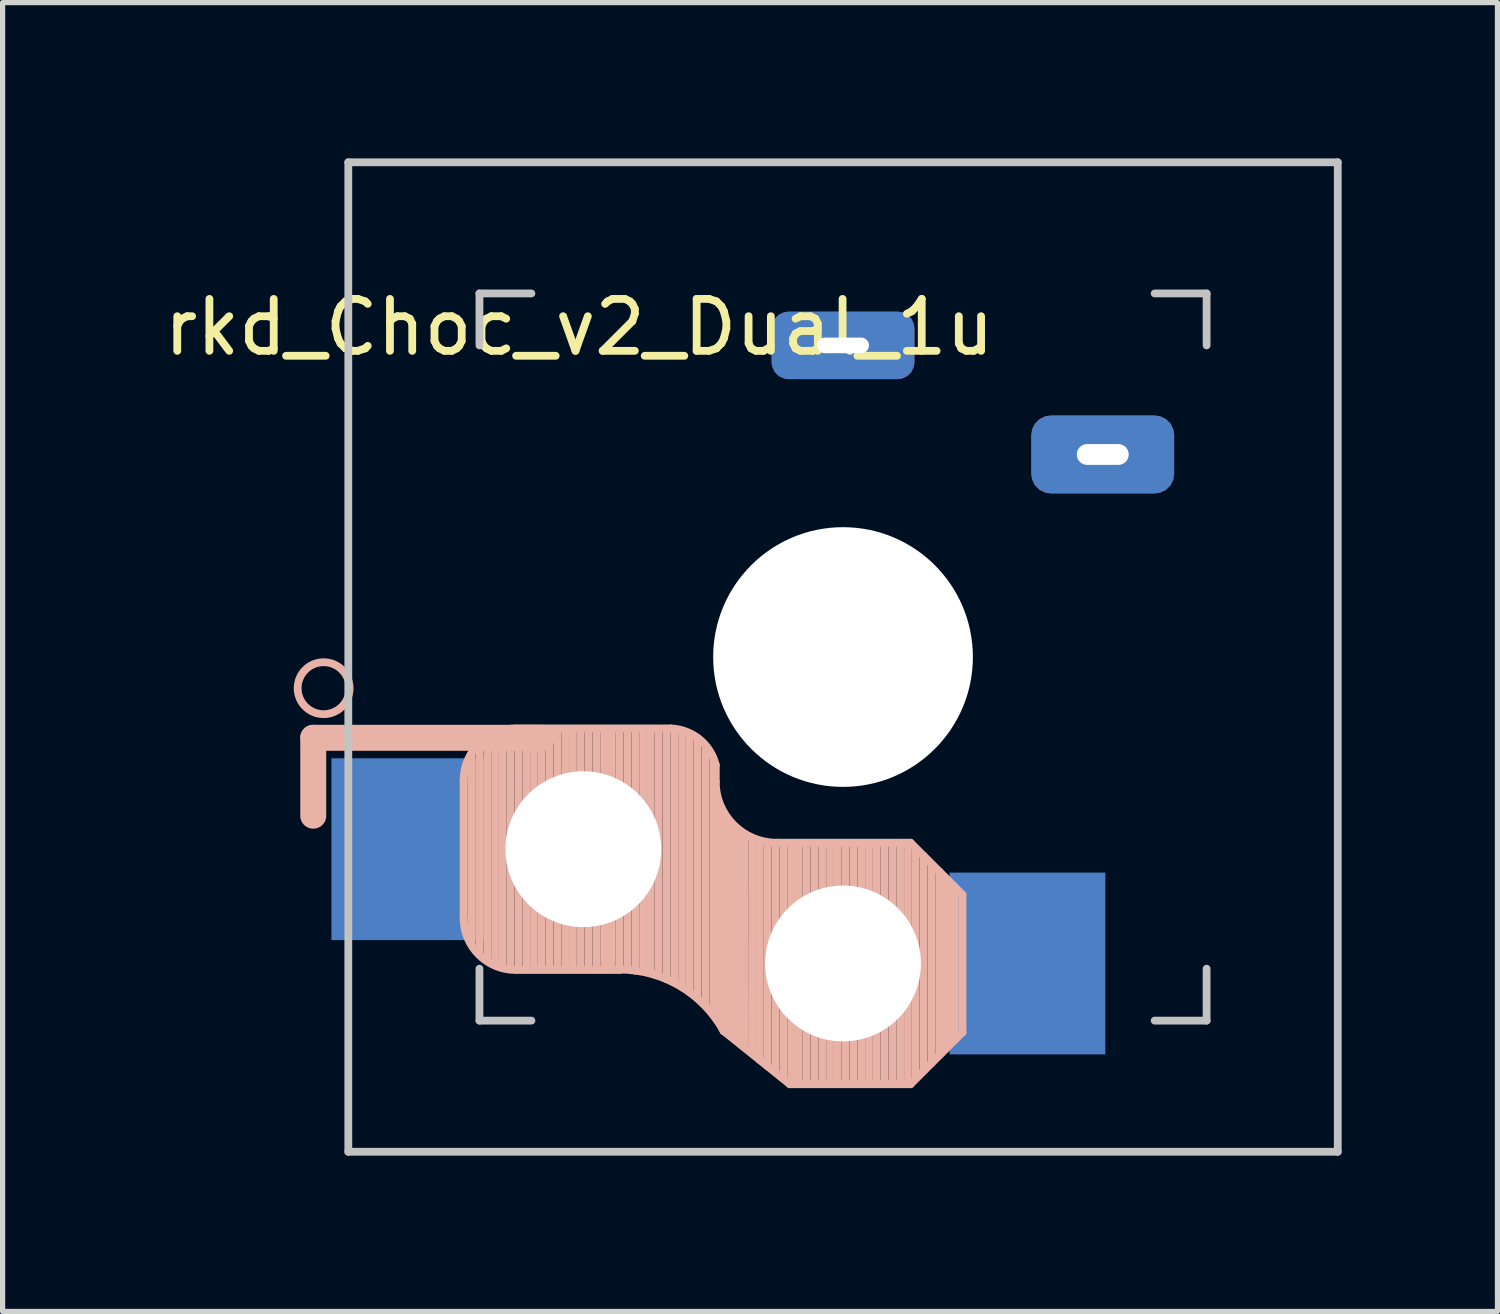
<source format=kicad_pcb>
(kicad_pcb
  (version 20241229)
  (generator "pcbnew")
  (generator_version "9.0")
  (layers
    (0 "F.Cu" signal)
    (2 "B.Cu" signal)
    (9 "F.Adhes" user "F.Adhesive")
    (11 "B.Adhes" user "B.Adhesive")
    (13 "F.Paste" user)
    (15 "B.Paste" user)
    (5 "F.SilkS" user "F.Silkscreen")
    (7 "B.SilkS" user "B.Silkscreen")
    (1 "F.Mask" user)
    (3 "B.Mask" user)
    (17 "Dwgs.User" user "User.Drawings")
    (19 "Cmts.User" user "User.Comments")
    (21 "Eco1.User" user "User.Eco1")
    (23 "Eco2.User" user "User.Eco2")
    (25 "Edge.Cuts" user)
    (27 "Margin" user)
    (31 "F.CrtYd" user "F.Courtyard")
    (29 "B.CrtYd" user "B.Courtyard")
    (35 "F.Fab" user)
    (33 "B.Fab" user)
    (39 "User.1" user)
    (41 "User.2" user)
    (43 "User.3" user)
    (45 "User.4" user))
  (footprint "rkd_Choc_v2_Dual_1u"
    (layer "F.Cu")
    (at 13.181 9.6)
    (property "Reference" "rkd_Choc_v2_Dual_1u" (at -5.08 -6.35 180) (layer "F.SilkS") (effects (font (size 1 1) (thickness 0.15))))
    (attr through_hole)
    (fp_line (start -10.2 1.555) (end -10.2 3.055) (stroke (width 0.5) (type default)) (layer "B.SilkS"))
    (fp_line (start -7.305 2.375) (end -7.305 5.025) (stroke (width 0.15) (type solid)) (layer "B.SilkS"))
    (fp_line (start -7.15 5.53) (end -7.15 1.85) (stroke (width 0.15) (type solid)) (layer "B.SilkS"))
    (fp_line (start -7 5.7) (end -7 1.73) (stroke (width 0.15) (type solid)) (layer "B.SilkS"))
    (fp_line (start -6.85 5.84) (end -6.85 1.7) (stroke (width 0.15) (type solid)) (layer "B.SilkS"))
    (fp_line (start -6.7 5.92) (end -6.7 1.8) (stroke (width 0.15) (type solid)) (layer "B.SilkS"))
    (fp_line (start -6.55 5.97) (end -6.55 1.65) (stroke (width 0.15) (type solid)) (layer "B.SilkS"))
    (fp_line (start -6.4 6.01) (end -6.4 1.5) (stroke (width 0.15) (type solid)) (layer "B.SilkS"))
    (fp_line (start -6.25 6) (end -6.25 1.4) (stroke (width 0.15) (type solid)) (layer "B.SilkS"))
    (fp_line (start -6.1 6) (end -6.1 1.4) (stroke (width 0.15) (type solid)) (layer "B.SilkS"))
    (fp_line (start -5.95 6) (end -5.95 1.4) (stroke (width 0.15) (type solid)) (layer "B.SilkS"))
    (fp_line (start -5.8 1.555) (end -10.2 1.555) (stroke (width 0.5) (type default)) (layer "B.SilkS"))
    (fp_line (start -5.8 6) (end -5.8 1.4) (stroke (width 0.15) (type solid)) (layer "B.SilkS"))
    (fp_line (start -5.65 6) (end -5.65 1.4) (stroke (width 0.15) (type solid)) (layer "B.SilkS"))
    (fp_line (start -5.5 6) (end -5.5 1.4) (stroke (width 0.15) (type solid)) (layer "B.SilkS"))
    (fp_line (start -5.35 6) (end -5.35 1.4) (stroke (width 0.15) (type solid)) (layer "B.SilkS"))
    (fp_line (start -5.2 6) (end -5.2 1.4) (stroke (width 0.15) (type solid)) (layer "B.SilkS"))
    (fp_line (start -5.05 6) (end -5.05 1.4) (stroke (width 0.15) (type solid)) (layer "B.SilkS"))
    (fp_line (start -4.9 6) (end -4.9 1.4) (stroke (width 0.15) (type solid)) (layer "B.SilkS"))
    (fp_line (start -4.75 6) (end -4.75 1.4) (stroke (width 0.15) (type solid)) (layer "B.SilkS"))
    (fp_line (start -4.6 6) (end -4.6 1.4) (stroke (width 0.15) (type solid)) (layer "B.SilkS"))
    (fp_line (start -4.45 6) (end -4.45 1.4) (stroke (width 0.15) (type solid)) (layer "B.SilkS"))
    (fp_line (start -4.3 6) (end -4.3 1.4) (stroke (width 0.15) (type solid)) (layer "B.SilkS"))
    (fp_line (start -4.3 6.025) (end -6.275 6.025) (stroke (width 0.15) (type solid)) (layer "B.SilkS"))
    (fp_line (start -4.15 6) (end -4.15 1.45) (stroke (width 0.15) (type solid)) (layer "B.SilkS"))
    (fp_line (start -4 6.04) (end -4 1.4) (stroke (width 0.15) (type solid)) (layer "B.SilkS"))
    (fp_line (start -3.85 6.05) (end -3.85 1.4) (stroke (width 0.15) (type solid)) (layer "B.SilkS"))
    (fp_line (start -3.7 6.05) (end -3.7 1.45) (stroke (width 0.15) (type solid)) (layer "B.SilkS"))
    (fp_line (start -3.55 6.1) (end -3.55 1.39) (stroke (width 0.15) (type solid)) (layer "B.SilkS"))
    (fp_line (start -3.4 6.2) (end -3.4 1.38) (stroke (width 0.15) (type solid)) (layer "B.SilkS"))
    (fp_line (start -3.311 1.375) (end -6.275 1.375) (stroke (width 0.15) (type solid)) (layer "B.SilkS"))
    (fp_line (start -3.25 6.25) (end -3.25 1.4) (stroke (width 0.15) (type solid)) (layer "B.SilkS"))
    (fp_line (start -3.1 6.35) (end -3.1 1.43) (stroke (width 0.15) (type solid)) (layer "B.SilkS"))
    (fp_line (start -2.95 6.45) (end -2.95 1.48) (stroke (width 0.15) (type solid)) (layer "B.SilkS"))
    (fp_line (start -2.8 6.55) (end -2.8 1.56) (stroke (width 0.15) (type solid)) (layer "B.SilkS"))
    (fp_line (start -2.65 6.7) (end -2.65 1.75) (stroke (width 0.15) (type solid)) (layer "B.SilkS"))
    (fp_line (start -2.5 6.85) (end -2.5 1.95) (stroke (width 0.15) (type solid)) (layer "B.SilkS"))
    (fp_line (start -2.45 2.4) (end -2.45 2.077) (stroke (width 0.15) (type default)) (layer "B.SilkS"))
    (fp_line (start -2.4 7.02) (end -2.4 2.9) (stroke (width 0.15) (type solid)) (layer "B.SilkS"))
    (fp_line (start -2.3 7.2) (end -2.3 3.05) (stroke (width 0.15) (type solid)) (layer "B.SilkS"))
    (fp_line (start -2.3 7.2) (end -1.025 8.225) (stroke (width 0.15) (type solid)) (layer "B.SilkS"))
    (fp_line (start -2.2 7.27) (end -2.2 3.25) (stroke (width 0.15) (type solid)) (layer "B.SilkS"))
    (fp_line (start -2.1 7.35) (end -2.1 3.35) (stroke (width 0.15) (type solid)) (layer "B.SilkS"))
    (fp_line (start -2 7.43) (end -2 3.4) (stroke (width 0.15) (type solid)) (layer "B.SilkS"))
    (fp_line (start -1.89 7.52) (end -1.9 3.45) (stroke (width 0.15) (type solid)) (layer "B.SilkS"))
    (fp_line (start -1.75 7.62) (end -1.75 3.5) (stroke (width 0.15) (type solid)) (layer "B.SilkS"))
    (fp_line (start -1.6 7.76) (end -1.6 3.6) (stroke (width 0.15) (type solid)) (layer "B.SilkS"))
    (fp_line (start -1.45 7.88) (end -1.45 3.6) (stroke (width 0.15) (type solid)) (layer "B.SilkS"))
    (fp_line (start -1.3 7.99) (end -1.3 3.6) (stroke (width 0.15) (type solid)) (layer "B.SilkS"))
    (fp_line (start -1.15 8.11) (end -1.15 3.65) (stroke (width 0.15) (type solid)) (layer "B.SilkS"))
    (fp_line (start -1 8.2) (end -1 3.6) (stroke (width 0.15) (type solid)) (layer "B.SilkS"))
    (fp_line (start -0.85 8.2) (end -0.85 3.6) (stroke (width 0.15) (type solid)) (layer "B.SilkS"))
    (fp_line (start -0.7 8.2) (end -0.7 3.6) (stroke (width 0.15) (type solid)) (layer "B.SilkS"))
    (fp_line (start -0.55 8.2) (end -0.55 3.6) (stroke (width 0.15) (type solid)) (layer "B.SilkS"))
    (fp_line (start -0.4 8.2) (end -0.4 3.6) (stroke (width 0.15) (type solid)) (layer "B.SilkS"))
    (fp_line (start -0.25 8.2) (end -0.25 3.6) (stroke (width 0.15) (type solid)) (layer "B.SilkS"))
    (fp_line (start -0.1 8.2) (end -0.1 3.6) (stroke (width 0.15) (type solid)) (layer "B.SilkS"))
    (fp_line (start 0.05 8.2) (end 0.05 3.6) (stroke (width 0.15) (type solid)) (layer "B.SilkS"))
    (fp_line (start 0.2 8.2) (end 0.2 3.6) (stroke (width 0.15) (type solid)) (layer "B.SilkS"))
    (fp_line (start 0.35 8.2) (end 0.35 3.6) (stroke (width 0.15) (type solid)) (layer "B.SilkS"))
    (fp_line (start 0.5 8.2) (end 0.5 3.6) (stroke (width 0.15) (type solid)) (layer "B.SilkS"))
    (fp_line (start 0.65 8.2) (end 0.65 3.6) (stroke (width 0.15) (type solid)) (layer "B.SilkS"))
    (fp_line (start 0.8 8.2) (end 0.8 3.6) (stroke (width 0.15) (type solid)) (layer "B.SilkS"))
    (fp_line (start 0.95 8.2) (end 0.95 3.6) (stroke (width 0.15) (type solid)) (layer "B.SilkS"))
    (fp_line (start 1.1 8.2) (end 1.1 3.6) (stroke (width 0.15) (type solid)) (layer "B.SilkS"))
    (fp_line (start 1.25 8.2) (end 1.25 3.6) (stroke (width 0.15) (type solid)) (layer "B.SilkS"))
    (fp_line (start 1.3 3.575) (end -1.275 3.575) (stroke (width 0.15) (type solid)) (layer "B.SilkS"))
    (fp_line (start 1.3 8.225) (end -1.025 8.225) (stroke (width 0.15) (type solid)) (layer "B.SilkS"))
    (fp_line (start 1.4 8.09) (end 1.4 3.7) (stroke (width 0.15) (type solid)) (layer "B.SilkS"))
    (fp_line (start 1.55 7.95) (end 1.55 3.83) (stroke (width 0.15) (type solid)) (layer "B.SilkS"))
    (fp_line (start 1.7 7.82) (end 1.7 3.99) (stroke (width 0.15) (type solid)) (layer "B.SilkS"))
    (fp_line (start 1.85 7.66) (end 1.85 4.13) (stroke (width 0.15) (type solid)) (layer "B.SilkS"))
    (fp_line (start 1.95 7.56) (end 1.95 4.23) (stroke (width 0.15) (type solid)) (layer "B.SilkS"))
    (fp_line (start 2.05 7.45) (end 2.05 4.33) (stroke (width 0.15) (type solid)) (layer "B.SilkS"))
    (fp_line (start 2.15 7.37) (end 2.15 4.44) (stroke (width 0.15) (type solid)) (layer "B.SilkS"))
    (fp_line (start 2.3 4.575) (end 1.3 3.575) (stroke (width 0.15) (type solid)) (layer "B.SilkS"))
    (fp_line (start 2.3 4.575) (end 2.3 7.225) (stroke (width 0.15) (type solid)) (layer "B.SilkS"))
    (fp_line (start 2.3 7.225) (end 1.3 8.225) (stroke (width 0.15) (type solid)) (layer "B.SilkS"))
    (fp_arc (start -7.305 2.375) (mid -7.012107 1.667893) (end -6.305 1.375) (stroke (width 0.15) (type solid)) (layer "B.SilkS"))
    (fp_arc (start -6.305 6.025) (mid -7.012107 5.732107) (end -7.305 5.025) (stroke (width 0.15) (type solid)) (layer "B.SilkS"))
    (fp_arc (start -4.3 6.017458) (mid -3.138277 6.335211) (end -2.3 7.2) (stroke (width 0.15) (type solid)) (layer "B.SilkS"))
    (fp_arc (start -3.311204 1.375) (mid -2.763915 1.58277) (end -2.45 2.076887) (stroke (width 0.15) (type solid)) (layer "B.SilkS"))
    (fp_arc (start -1.275 3.575) (mid -2.10585 3.23085) (end -2.45 2.4) (stroke (width 0.15) (type solid)) (layer "B.SilkS"))
    (fp_circle (center -10 0.6) (end -9.5 0.6) (stroke (width 0.15) (type default)) (fill no) (layer "B.SilkS"))
    (fp_line (start -9.525 -9.525) (end 9.525 -9.525) (stroke (width 0.15) (type solid)) (layer "Dwgs.User"))
    (fp_line (start -9.525 9.525) (end -9.525 -9.525) (stroke (width 0.15) (type solid)) (layer "Dwgs.User"))
    (fp_line (start -7 -7) (end -6 -7) (stroke (width 0.15) (type solid)) (layer "Dwgs.User"))
    (fp_line (start -7 -6) (end -7 -7) (stroke (width 0.15) (type solid)) (layer "Dwgs.User"))
    (fp_line (start -7 7) (end -7 6) (stroke (width 0.15) (type solid)) (layer "Dwgs.User"))
    (fp_line (start -6 7) (end -7 7) (stroke (width 0.15) (type solid)) (layer "Dwgs.User"))
    (fp_line (start 6 7) (end 7 7) (stroke (width 0.15) (type solid)) (layer "Dwgs.User"))
    (fp_line (start 7 -7) (end 6 -7) (stroke (width 0.15) (type solid)) (layer "Dwgs.User"))
    (fp_line (start 7 -6) (end 7 -7) (stroke (width 0.15) (type solid)) (layer "Dwgs.User"))
    (fp_line (start 7 7) (end 7 6) (stroke (width 0.15) (type solid)) (layer "Dwgs.User"))
    (fp_line (start 9.525 -9.525) (end 9.525 9.525) (stroke (width 0.15) (type solid)) (layer "Dwgs.User"))
    (fp_line (start 9.525 9.525) (end -9.525 9.525) (stroke (width 0.15) (type solid)) (layer "Dwgs.User"))
    (pad "" np_thru_hole circle (at -5 3.7 90) (size 3 3) (drill 3) (layers "*.Cu" "*.Mask"))
    (pad "" np_thru_hole circle (at 0 0 90) (size 5 5) (drill 5) (layers "*.Cu" "*.Mask"))
    (pad "" np_thru_hole circle (at 0 5.9 90) (size 3 3) (drill 3) (layers "*.Cu" "*.Mask"))
    (pad "1" smd rect (at -8.35 3.7 180) (size 3 3.5) (layers "B.Cu" "B.Mask" "B.Paste"))
    (pad "1" thru_hole roundrect (at 0 -6 180) (size 2.75 1.3) (drill oval 1 0.3) (layers "*.Cu" "*.Mask") (roundrect_rratio 0.25))
    (pad "2" smd rect (at 3.55 5.9 180) (size 3 3.5) (layers "B.Cu" "B.Mask" "B.Paste"))
    (pad "2" thru_hole roundrect (at 5 -3.9 180) (size 2.75 1.5) (drill oval 1 0.4) (layers "*.Cu" "*.Mask") (roundrect_rratio 0.25)))
  (gr_rect
    (start -3 -3)
    (end 25.781 22.2)
    (stroke (width 0.1) (type default))
    (fill no)
    (layer "Edge.Cuts")))
</source>
